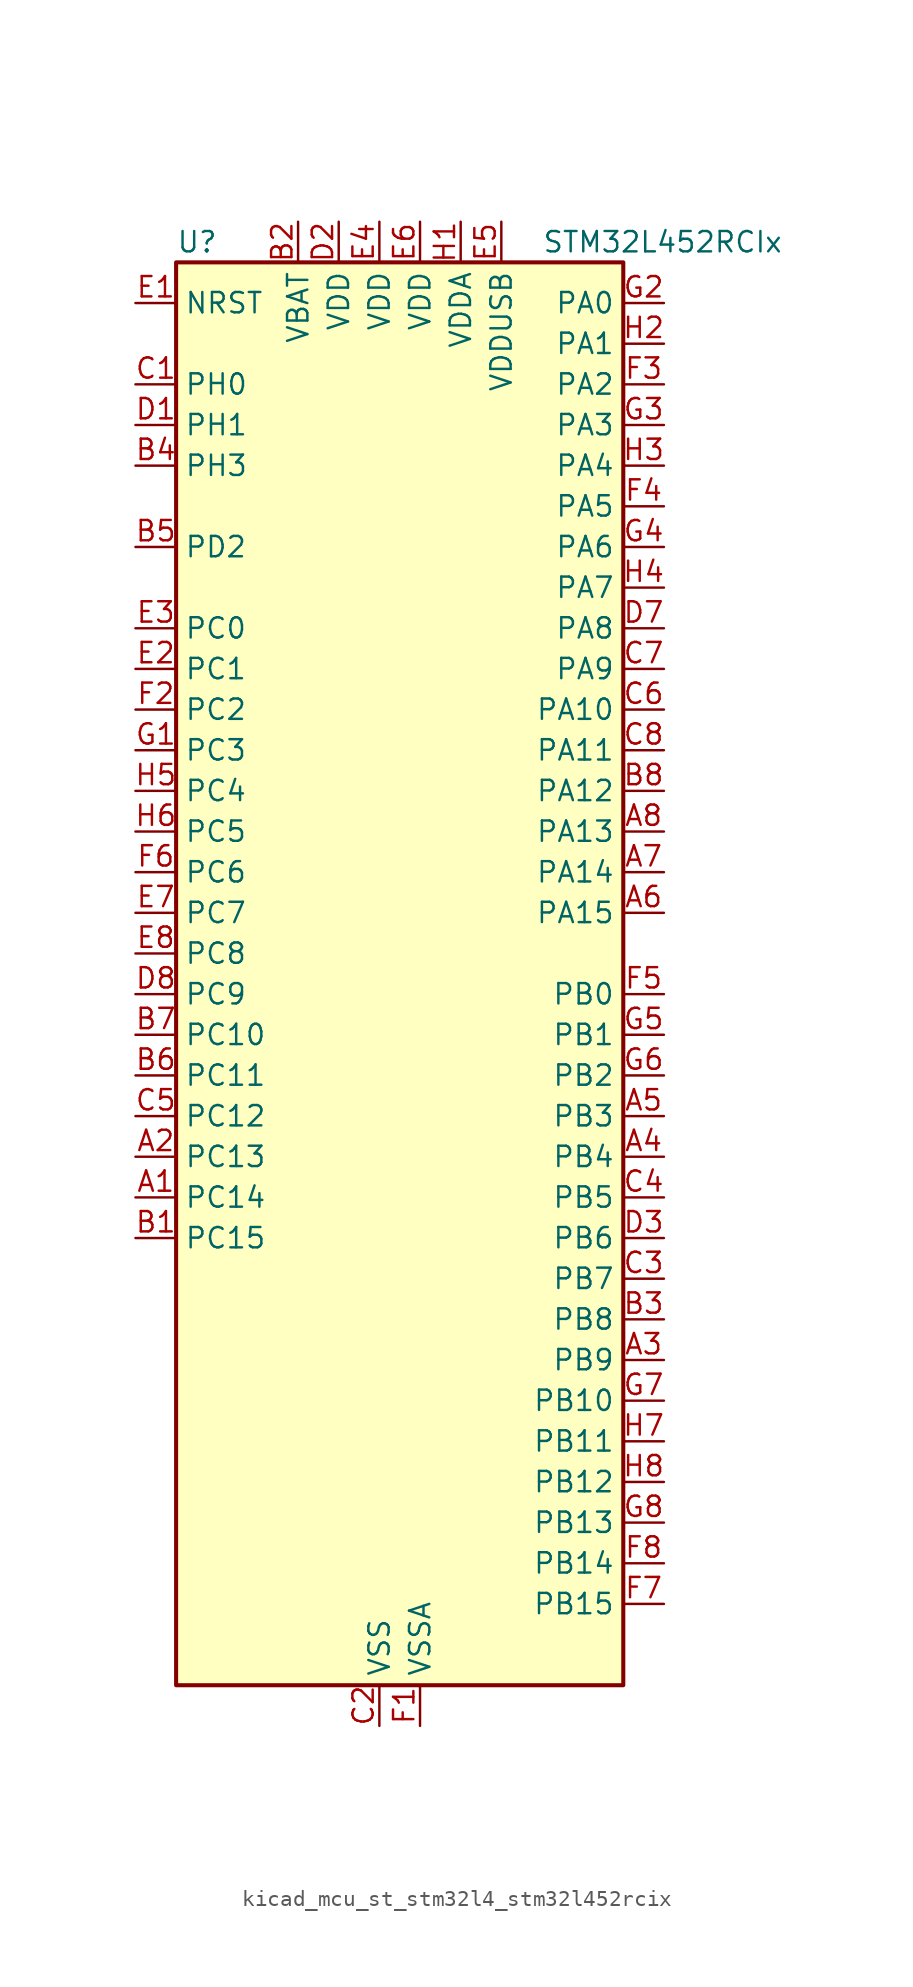
<source format=kicad_sym>
(kicad_symbol_lib
  (version 20220914)
  (generator kicad_symbol_editor)
  (symbol "kicad_mcu_st_stm32l4_stm32l452rcix"
    (property "Reference" "U"
      (at -12.7 46.99 0)
      (effects (font (size 1.27 1.27)) (justify left)))
    (property "Value" "STM32L452RCIx"
      (at 10.16 46.99 0)
      (effects (font (size 1.27 1.27)) (justify left)))
    (property "ki_locked" ""
      (at 0 0 0)
      (effects (font (size 1.27 1.27))))
    (symbol "kicad_mcu_st_stm32l4_stm32l452rcix_0_1"
      (rectangle (start -12.7 -43.18) (end 15.24 45.72) (stroke (width 0.254) (type default)) (fill (type background))))
    (symbol "kicad_mcu_st_stm32l4_stm32l452rcix_1_1"
      (pin bidirectional line (at -15.24 -12.7 0) (length 2.54) (name "PC14" (effects (font (size 1.27 1.27)))) (number "A1" (effects (font (size 1.27 1.27)))) (alternate "RCC_OSC32_IN" bidirectional line))
      (pin bidirectional line (at -15.24 -10.16 0) (length 2.54) (name "PC13" (effects (font (size 1.27 1.27)))) (number "A2" (effects (font (size 1.27 1.27)))) (alternate "RTC_OUT_ALARM" bidirectional line) (alternate "RTC_OUT_CALIB" bidirectional line) (alternate "RTC_TAMP1" bidirectional line) (alternate "RTC_TS" bidirectional line) (alternate "SYS_WKUP2" bidirectional line))
      (pin bidirectional line (at 17.78 -22.86 180) (length 2.54) (name "PB9" (effects (font (size 1.27 1.27)))) (number "A3" (effects (font (size 1.27 1.27)))) (alternate "CAN1_TX" bidirectional line) (alternate "DAC1_EXTI9" bidirectional line) (alternate "I2C1_SDA" bidirectional line) (alternate "IR_OUT" bidirectional line) (alternate "SAI1_FS_A" bidirectional line) (alternate "SDMMC1_D5" bidirectional line) (alternate "SPI2_NSS" bidirectional line))
      (pin bidirectional line (at 17.78 -10.16 180) (length 2.54) (name "PB4" (effects (font (size 1.27 1.27)))) (number "A4" (effects (font (size 1.27 1.27)))) (alternate "COMP2_INP" bidirectional line) (alternate "I2C3_SDA" bidirectional line) (alternate "SAI1_MCLK_B" bidirectional line) (alternate "SPI1_MISO" bidirectional line) (alternate "SPI3_MISO" bidirectional line) (alternate "SYS_JTRST" bidirectional line) (alternate "TIM3_CH1" bidirectional line) (alternate "TSC_G2_IO1" bidirectional line) (alternate "USART1_CTS" bidirectional line))
      (pin bidirectional line (at 17.78 -7.62 180) (length 2.54) (name "PB3" (effects (font (size 1.27 1.27)))) (number "A5" (effects (font (size 1.27 1.27)))) (alternate "COMP2_INM" bidirectional line) (alternate "SAI1_SCK_B" bidirectional line) (alternate "SPI1_SCK" bidirectional line) (alternate "SPI3_SCK" bidirectional line) (alternate "SYS_JTDO-SWO" bidirectional line) (alternate "TIM2_CH2" bidirectional line) (alternate "USART1_DE" bidirectional line) (alternate "USART1_RTS" bidirectional line))
      (pin bidirectional line (at 17.78 5.08 180) (length 2.54) (name "PA15" (effects (font (size 1.27 1.27)))) (number "A6" (effects (font (size 1.27 1.27)))) (alternate "ADC1_EXTI15" bidirectional line) (alternate "SPI1_NSS" bidirectional line) (alternate "SPI3_NSS" bidirectional line) (alternate "SYS_JTDI" bidirectional line) (alternate "TIM2_CH1" bidirectional line) (alternate "TIM2_ETR" bidirectional line) (alternate "TSC_G3_IO1" bidirectional line) (alternate "UART4_DE" bidirectional line) (alternate "UART4_RTS" bidirectional line) (alternate "USART2_RX" bidirectional line) (alternate "USART3_DE" bidirectional line) (alternate "USART3_RTS" bidirectional line))
      (pin bidirectional line (at 17.78 7.62 180) (length 2.54) (name "PA14" (effects (font (size 1.27 1.27)))) (number "A7" (effects (font (size 1.27 1.27)))) (alternate "I2C1_SMBA" bidirectional line) (alternate "I2C4_SMBA" bidirectional line) (alternate "LPTIM1_OUT" bidirectional line) (alternate "SAI1_FS_B" bidirectional line) (alternate "SYS_JTCK-SWCLK" bidirectional line))
      (pin bidirectional line (at 17.78 10.16 180) (length 2.54) (name "PA13" (effects (font (size 1.27 1.27)))) (number "A8" (effects (font (size 1.27 1.27)))) (alternate "IR_OUT" bidirectional line) (alternate "SAI1_SD_B" bidirectional line) (alternate "SYS_JTMS-SWDIO" bidirectional line) (alternate "USB_NOE" bidirectional line))
      (pin bidirectional line (at -15.24 -15.24 0) (length 2.54) (name "PC15" (effects (font (size 1.27 1.27)))) (number "B1" (effects (font (size 1.27 1.27)))) (alternate "ADC1_EXTI15" bidirectional line) (alternate "RCC_OSC32_OUT" bidirectional line))
      (pin power_in line (at -5.08 48.26 270) (length 2.54) (name "VBAT" (effects (font (size 1.27 1.27)))) (number "B2" (effects (font (size 1.27 1.27)))))
      (pin bidirectional line (at 17.78 -20.32 180) (length 2.54) (name "PB8" (effects (font (size 1.27 1.27)))) (number "B3" (effects (font (size 1.27 1.27)))) (alternate "CAN1_RX" bidirectional line) (alternate "I2C1_SCL" bidirectional line) (alternate "SAI1_MCLK_A" bidirectional line) (alternate "SDMMC1_D4" bidirectional line) (alternate "TIM16_CH1" bidirectional line))
      (pin bidirectional line (at -15.24 33.02 0) (length 2.54) (name "PH3" (effects (font (size 1.27 1.27)))) (number "B4" (effects (font (size 1.27 1.27)))))
      (pin bidirectional line (at -15.24 27.94 0) (length 2.54) (name "PD2" (effects (font (size 1.27 1.27)))) (number "B5" (effects (font (size 1.27 1.27)))) (alternate "SDMMC1_CMD" bidirectional line) (alternate "SYS_TRACED2" bidirectional line) (alternate "TIM3_ETR" bidirectional line) (alternate "TSC_SYNC" bidirectional line) (alternate "USART3_DE" bidirectional line) (alternate "USART3_RTS" bidirectional line))
      (pin bidirectional line (at -15.24 -5.08 0) (length 2.54) (name "PC11" (effects (font (size 1.27 1.27)))) (number "B6" (effects (font (size 1.27 1.27)))) (alternate "ADC1_EXTI11" bidirectional line) (alternate "SDMMC1_D3" bidirectional line) (alternate "SPI3_MISO" bidirectional line) (alternate "TSC_G3_IO3" bidirectional line) (alternate "UART4_RX" bidirectional line) (alternate "USART3_RX" bidirectional line))
      (pin bidirectional line (at -15.24 -2.54 0) (length 2.54) (name "PC10" (effects (font (size 1.27 1.27)))) (number "B7" (effects (font (size 1.27 1.27)))) (alternate "SDMMC1_D2" bidirectional line) (alternate "SPI3_SCK" bidirectional line) (alternate "SYS_TRACED1" bidirectional line) (alternate "TSC_G3_IO2" bidirectional line) (alternate "UART4_TX" bidirectional line) (alternate "USART3_TX" bidirectional line))
      (pin bidirectional line (at 17.78 12.7 180) (length 2.54) (name "PA12" (effects (font (size 1.27 1.27)))) (number "B8" (effects (font (size 1.27 1.27)))) (alternate "CAN1_TX" bidirectional line) (alternate "SPI1_MOSI" bidirectional line) (alternate "TIM1_ETR" bidirectional line) (alternate "USART1_DE" bidirectional line) (alternate "USART1_RTS" bidirectional line) (alternate "USB_DP" bidirectional line))
      (pin bidirectional line (at -15.24 38.1 0) (length 2.54) (name "PH0" (effects (font (size 1.27 1.27)))) (number "C1" (effects (font (size 1.27 1.27)))) (alternate "RCC_OSC_IN" bidirectional line))
      (pin power_in line (at 0 -45.72 90) (length 2.54) (name "VSS" (effects (font (size 1.27 1.27)))) (number "C2" (effects (font (size 1.27 1.27)))))
      (pin bidirectional line (at 17.78 -17.78 180) (length 2.54) (name "PB7" (effects (font (size 1.27 1.27)))) (number "C3" (effects (font (size 1.27 1.27)))) (alternate "COMP2_INM" bidirectional line) (alternate "I2C1_SDA" bidirectional line) (alternate "I2C4_SDA" bidirectional line) (alternate "LPTIM1_IN2" bidirectional line) (alternate "SYS_PVD_IN" bidirectional line) (alternate "TSC_G2_IO4" bidirectional line) (alternate "UART4_CTS" bidirectional line) (alternate "USART1_RX" bidirectional line))
      (pin bidirectional line (at 17.78 -12.7 180) (length 2.54) (name "PB5" (effects (font (size 1.27 1.27)))) (number "C4" (effects (font (size 1.27 1.27)))) (alternate "CAN1_RX" bidirectional line) (alternate "COMP2_OUT" bidirectional line) (alternate "I2C1_SMBA" bidirectional line) (alternate "LPTIM1_IN1" bidirectional line) (alternate "SAI1_SD_B" bidirectional line) (alternate "SPI1_MOSI" bidirectional line) (alternate "SPI3_MOSI" bidirectional line) (alternate "TIM16_BKIN" bidirectional line) (alternate "TIM3_CH2" bidirectional line) (alternate "TSC_G2_IO2" bidirectional line) (alternate "USART1_CK" bidirectional line))
      (pin bidirectional line (at -15.24 -7.62 0) (length 2.54) (name "PC12" (effects (font (size 1.27 1.27)))) (number "C5" (effects (font (size 1.27 1.27)))) (alternate "SDMMC1_CK" bidirectional line) (alternate "SPI3_MOSI" bidirectional line) (alternate "SYS_TRACED3" bidirectional line) (alternate "TSC_G3_IO4" bidirectional line) (alternate "USART3_CK" bidirectional line))
      (pin bidirectional line (at 17.78 17.78 180) (length 2.54) (name "PA10" (effects (font (size 1.27 1.27)))) (number "C6" (effects (font (size 1.27 1.27)))) (alternate "CRS_SYNC" bidirectional line) (alternate "I2C1_SDA" bidirectional line) (alternate "SAI1_SD_A" bidirectional line) (alternate "TIM1_CH3" bidirectional line) (alternate "USART1_RX" bidirectional line))
      (pin bidirectional line (at 17.78 20.32 180) (length 2.54) (name "PA9" (effects (font (size 1.27 1.27)))) (number "C7" (effects (font (size 1.27 1.27)))) (alternate "DAC1_EXTI9" bidirectional line) (alternate "DFSDM1_DATIN1" bidirectional line) (alternate "I2C1_SCL" bidirectional line) (alternate "SAI1_FS_A" bidirectional line) (alternate "TIM15_BKIN" bidirectional line) (alternate "TIM1_CH2" bidirectional line) (alternate "USART1_TX" bidirectional line))
      (pin bidirectional line (at 17.78 15.24 180) (length 2.54) (name "PA11" (effects (font (size 1.27 1.27)))) (number "C8" (effects (font (size 1.27 1.27)))) (alternate "ADC1_EXTI11" bidirectional line) (alternate "CAN1_RX" bidirectional line) (alternate "COMP1_OUT" bidirectional line) (alternate "SPI1_MISO" bidirectional line) (alternate "TIM1_BKIN2" bidirectional line) (alternate "TIM1_BKIN2_COMP1" bidirectional line) (alternate "TIM1_CH4" bidirectional line) (alternate "USART1_CTS" bidirectional line) (alternate "USB_DM" bidirectional line))
      (pin bidirectional line (at -15.24 35.56 0) (length 2.54) (name "PH1" (effects (font (size 1.27 1.27)))) (number "D1" (effects (font (size 1.27 1.27)))) (alternate "RCC_OSC_OUT" bidirectional line))
      (pin power_in line (at -2.54 48.26 270) (length 2.54) (name "VDD" (effects (font (size 1.27 1.27)))) (number "D2" (effects (font (size 1.27 1.27)))))
      (pin bidirectional line (at 17.78 -15.24 180) (length 2.54) (name "PB6" (effects (font (size 1.27 1.27)))) (number "D3" (effects (font (size 1.27 1.27)))) (alternate "CAN1_TX" bidirectional line) (alternate "COMP2_INP" bidirectional line) (alternate "I2C1_SCL" bidirectional line) (alternate "I2C4_SCL" bidirectional line) (alternate "LPTIM1_ETR" bidirectional line) (alternate "SAI1_FS_B" bidirectional line) (alternate "TIM16_CH1N" bidirectional line) (alternate "TSC_G2_IO3" bidirectional line) (alternate "USART1_TX" bidirectional line))
      (pin passive line (at 0 -45.72 90) (length 2.54) hide (name "VSS" (effects (font (size 1.27 1.27)))) (number "D4" (effects (font (size 1.27 1.27)))))
      (pin passive line (at 0 -45.72 90) (length 2.54) hide (name "VSS" (effects (font (size 1.27 1.27)))) (number "D5" (effects (font (size 1.27 1.27)))))
      (pin passive line (at 0 -45.72 90) (length 2.54) hide (name "VSS" (effects (font (size 1.27 1.27)))) (number "D6" (effects (font (size 1.27 1.27)))))
      (pin bidirectional line (at 17.78 22.86 180) (length 2.54) (name "PA8" (effects (font (size 1.27 1.27)))) (number "D7" (effects (font (size 1.27 1.27)))) (alternate "DFSDM1_CKIN1" bidirectional line) (alternate "LPTIM2_OUT" bidirectional line) (alternate "RCC_MCO" bidirectional line) (alternate "SAI1_SCK_A" bidirectional line) (alternate "TIM1_CH1" bidirectional line) (alternate "USART1_CK" bidirectional line))
      (pin bidirectional line (at -15.24 0 0) (length 2.54) (name "PC9" (effects (font (size 1.27 1.27)))) (number "D8" (effects (font (size 1.27 1.27)))) (alternate "DAC1_EXTI9" bidirectional line) (alternate "SDMMC1_D1" bidirectional line) (alternate "TIM3_CH4" bidirectional line) (alternate "TSC_G4_IO4" bidirectional line) (alternate "USB_NOE" bidirectional line))
      (pin input line (at -15.24 43.18 0) (length 2.54) (name "NRST" (effects (font (size 1.27 1.27)))) (number "E1" (effects (font (size 1.27 1.27)))))
      (pin bidirectional line (at -15.24 20.32 0) (length 2.54) (name "PC1" (effects (font (size 1.27 1.27)))) (number "E2" (effects (font (size 1.27 1.27)))) (alternate "ADC1_IN2" bidirectional line) (alternate "I2C3_SDA" bidirectional line) (alternate "I2C4_SDA" bidirectional line) (alternate "LPTIM1_OUT" bidirectional line) (alternate "LPUART1_TX" bidirectional line) (alternate "SYS_TRACED0" bidirectional line))
      (pin bidirectional line (at -15.24 22.86 0) (length 2.54) (name "PC0" (effects (font (size 1.27 1.27)))) (number "E3" (effects (font (size 1.27 1.27)))) (alternate "ADC1_IN1" bidirectional line) (alternate "I2C3_SCL" bidirectional line) (alternate "I2C4_SCL" bidirectional line) (alternate "LPTIM1_IN1" bidirectional line) (alternate "LPTIM2_IN1" bidirectional line) (alternate "LPUART1_RX" bidirectional line))
      (pin power_in line (at 0 48.26 270) (length 2.54) (name "VDD" (effects (font (size 1.27 1.27)))) (number "E4" (effects (font (size 1.27 1.27)))))
      (pin power_in line (at 7.62 48.26 270) (length 2.54) (name "VDDUSB" (effects (font (size 1.27 1.27)))) (number "E5" (effects (font (size 1.27 1.27)))))
      (pin power_in line (at 2.54 48.26 270) (length 2.54) (name "VDD" (effects (font (size 1.27 1.27)))) (number "E6" (effects (font (size 1.27 1.27)))))
      (pin bidirectional line (at -15.24 5.08 0) (length 2.54) (name "PC7" (effects (font (size 1.27 1.27)))) (number "E7" (effects (font (size 1.27 1.27)))) (alternate "DFSDM1_DATIN3" bidirectional line) (alternate "SDMMC1_D7" bidirectional line) (alternate "TIM3_CH2" bidirectional line) (alternate "TSC_G4_IO2" bidirectional line))
      (pin bidirectional line (at -15.24 2.54 0) (length 2.54) (name "PC8" (effects (font (size 1.27 1.27)))) (number "E8" (effects (font (size 1.27 1.27)))) (alternate "SDMMC1_D0" bidirectional line) (alternate "TIM3_CH3" bidirectional line) (alternate "TSC_G4_IO3" bidirectional line))
      (pin power_in line (at 2.54 -45.72 90) (length 2.54) (name "VSSA" (effects (font (size 1.27 1.27)))) (number "F1" (effects (font (size 1.27 1.27)))))
      (pin bidirectional line (at -15.24 17.78 0) (length 2.54) (name "PC2" (effects (font (size 1.27 1.27)))) (number "F2" (effects (font (size 1.27 1.27)))) (alternate "ADC1_IN3" bidirectional line) (alternate "DFSDM1_CKOUT" bidirectional line) (alternate "LPTIM1_IN2" bidirectional line) (alternate "SPI2_MISO" bidirectional line))
      (pin bidirectional line (at 17.78 38.1 180) (length 2.54) (name "PA2" (effects (font (size 1.27 1.27)))) (number "F3" (effects (font (size 1.27 1.27)))) (alternate "ADC1_IN7" bidirectional line) (alternate "COMP2_INM" bidirectional line) (alternate "COMP2_OUT" bidirectional line) (alternate "LPUART1_TX" bidirectional line) (alternate "QUADSPI_BK1_NCS" bidirectional line) (alternate "RCC_LSCO" bidirectional line) (alternate "SYS_WKUP4" bidirectional line) (alternate "TIM15_CH1" bidirectional line) (alternate "TIM2_CH3" bidirectional line) (alternate "USART2_TX" bidirectional line))
      (pin bidirectional line (at 17.78 30.48 180) (length 2.54) (name "PA5" (effects (font (size 1.27 1.27)))) (number "F4" (effects (font (size 1.27 1.27)))) (alternate "ADC1_IN10" bidirectional line) (alternate "COMP1_INM" bidirectional line) (alternate "COMP2_INM" bidirectional line) (alternate "DFSDM1_CKOUT" bidirectional line) (alternate "LPTIM2_ETR" bidirectional line) (alternate "SPI1_SCK" bidirectional line) (alternate "TIM2_CH1" bidirectional line) (alternate "TIM2_ETR" bidirectional line))
      (pin bidirectional line (at 17.78 0 180) (length 2.54) (name "PB0" (effects (font (size 1.27 1.27)))) (number "F5" (effects (font (size 1.27 1.27)))) (alternate "ADC1_IN15" bidirectional line) (alternate "COMP1_OUT" bidirectional line) (alternate "DFSDM1_CKIN0" bidirectional line) (alternate "QUADSPI_BK1_IO1" bidirectional line) (alternate "SAI1_EXTCLK" bidirectional line) (alternate "SPI1_NSS" bidirectional line) (alternate "TIM1_CH2N" bidirectional line) (alternate "TIM3_CH3" bidirectional line) (alternate "USART3_CK" bidirectional line))
      (pin bidirectional line (at -15.24 7.62 0) (length 2.54) (name "PC6" (effects (font (size 1.27 1.27)))) (number "F6" (effects (font (size 1.27 1.27)))) (alternate "DFSDM1_CKIN3" bidirectional line) (alternate "SDMMC1_D6" bidirectional line) (alternate "TIM3_CH1" bidirectional line) (alternate "TSC_G4_IO1" bidirectional line))
      (pin bidirectional line (at 17.78 -38.1 180) (length 2.54) (name "PB15" (effects (font (size 1.27 1.27)))) (number "F7" (effects (font (size 1.27 1.27)))) (alternate "ADC1_EXTI15" bidirectional line) (alternate "DFSDM1_CKIN2" bidirectional line) (alternate "RTC_REFIN" bidirectional line) (alternate "SAI1_SD_A" bidirectional line) (alternate "SPI2_MOSI" bidirectional line) (alternate "TIM15_CH2" bidirectional line) (alternate "TIM1_CH3N" bidirectional line) (alternate "TSC_G1_IO4" bidirectional line))
      (pin bidirectional line (at 17.78 -35.56 180) (length 2.54) (name "PB14" (effects (font (size 1.27 1.27)))) (number "F8" (effects (font (size 1.27 1.27)))) (alternate "DFSDM1_DATIN2" bidirectional line) (alternate "I2C2_SDA" bidirectional line) (alternate "SAI1_MCLK_A" bidirectional line) (alternate "SPI2_MISO" bidirectional line) (alternate "TIM15_CH1" bidirectional line) (alternate "TIM1_CH2N" bidirectional line) (alternate "TSC_G1_IO3" bidirectional line) (alternate "USART3_DE" bidirectional line) (alternate "USART3_RTS" bidirectional line))
      (pin bidirectional line (at -15.24 15.24 0) (length 2.54) (name "PC3" (effects (font (size 1.27 1.27)))) (number "G1" (effects (font (size 1.27 1.27)))) (alternate "ADC1_IN4" bidirectional line) (alternate "LPTIM1_ETR" bidirectional line) (alternate "LPTIM2_ETR" bidirectional line) (alternate "SAI1_SD_A" bidirectional line) (alternate "SPI2_MOSI" bidirectional line))
      (pin bidirectional line (at 17.78 43.18 180) (length 2.54) (name "PA0" (effects (font (size 1.27 1.27)))) (number "G2" (effects (font (size 1.27 1.27)))) (alternate "ADC1_IN5" bidirectional line) (alternate "COMP1_INM" bidirectional line) (alternate "COMP1_OUT" bidirectional line) (alternate "OPAMP1_VINP" bidirectional line) (alternate "RTC_TAMP2" bidirectional line) (alternate "SAI1_EXTCLK" bidirectional line) (alternate "SYS_WKUP1" bidirectional line) (alternate "TIM2_CH1" bidirectional line) (alternate "TIM2_ETR" bidirectional line) (alternate "UART4_TX" bidirectional line) (alternate "USART2_CTS" bidirectional line))
      (pin bidirectional line (at 17.78 35.56 180) (length 2.54) (name "PA3" (effects (font (size 1.27 1.27)))) (number "G3" (effects (font (size 1.27 1.27)))) (alternate "ADC1_IN8" bidirectional line) (alternate "COMP2_INP" bidirectional line) (alternate "LPUART1_RX" bidirectional line) (alternate "OPAMP1_VOUT" bidirectional line) (alternate "QUADSPI_CLK" bidirectional line) (alternate "SAI1_MCLK_A" bidirectional line) (alternate "TIM15_CH2" bidirectional line) (alternate "TIM2_CH4" bidirectional line) (alternate "USART2_RX" bidirectional line))
      (pin bidirectional line (at 17.78 27.94 180) (length 2.54) (name "PA6" (effects (font (size 1.27 1.27)))) (number "G4" (effects (font (size 1.27 1.27)))) (alternate "ADC1_IN11" bidirectional line) (alternate "COMP1_OUT" bidirectional line) (alternate "LPUART1_CTS" bidirectional line) (alternate "QUADSPI_BK1_IO3" bidirectional line) (alternate "SPI1_MISO" bidirectional line) (alternate "TIM16_CH1" bidirectional line) (alternate "TIM1_BKIN" bidirectional line) (alternate "TIM1_BKIN_COMP2" bidirectional line) (alternate "TIM3_CH1" bidirectional line) (alternate "USART3_CTS" bidirectional line))
      (pin bidirectional line (at 17.78 -2.54 180) (length 2.54) (name "PB1" (effects (font (size 1.27 1.27)))) (number "G5" (effects (font (size 1.27 1.27)))) (alternate "ADC1_IN16" bidirectional line) (alternate "COMP1_INM" bidirectional line) (alternate "DFSDM1_DATIN0" bidirectional line) (alternate "LPTIM2_IN1" bidirectional line) (alternate "LPUART1_DE" bidirectional line) (alternate "LPUART1_RTS" bidirectional line) (alternate "QUADSPI_BK1_IO0" bidirectional line) (alternate "TIM1_CH3N" bidirectional line) (alternate "TIM3_CH4" bidirectional line) (alternate "USART3_DE" bidirectional line) (alternate "USART3_RTS" bidirectional line))
      (pin bidirectional line (at 17.78 -5.08 180) (length 2.54) (name "PB2" (effects (font (size 1.27 1.27)))) (number "G6" (effects (font (size 1.27 1.27)))) (alternate "COMP1_INP" bidirectional line) (alternate "DFSDM1_CKIN0" bidirectional line) (alternate "I2C3_SMBA" bidirectional line) (alternate "LPTIM1_OUT" bidirectional line) (alternate "RTC_OUT_ALARM" bidirectional line) (alternate "RTC_OUT_CALIB" bidirectional line))
      (pin bidirectional line (at 17.78 -25.4 180) (length 2.54) (name "PB10" (effects (font (size 1.27 1.27)))) (number "G7" (effects (font (size 1.27 1.27)))) (alternate "COMP1_OUT" bidirectional line) (alternate "I2C2_SCL" bidirectional line) (alternate "I2C4_SCL" bidirectional line) (alternate "LPUART1_RX" bidirectional line) (alternate "QUADSPI_CLK" bidirectional line) (alternate "SAI1_SCK_A" bidirectional line) (alternate "SPI2_SCK" bidirectional line) (alternate "TIM2_CH3" bidirectional line) (alternate "TSC_SYNC" bidirectional line) (alternate "USART3_TX" bidirectional line))
      (pin bidirectional line (at 17.78 -33.02 180) (length 2.54) (name "PB13" (effects (font (size 1.27 1.27)))) (number "G8" (effects (font (size 1.27 1.27)))) (alternate "CAN1_TX" bidirectional line) (alternate "DFSDM1_CKIN1" bidirectional line) (alternate "I2C2_SCL" bidirectional line) (alternate "LPUART1_CTS" bidirectional line) (alternate "SAI1_SCK_A" bidirectional line) (alternate "SPI2_SCK" bidirectional line) (alternate "TIM15_CH1N" bidirectional line) (alternate "TIM1_CH1N" bidirectional line) (alternate "TSC_G1_IO2" bidirectional line) (alternate "USART3_CTS" bidirectional line))
      (pin power_in line (at 5.08 48.26 270) (length 2.54) (name "VDDA" (effects (font (size 1.27 1.27)))) (number "H1" (effects (font (size 1.27 1.27)))))
      (pin bidirectional line (at 17.78 40.64 180) (length 2.54) (name "PA1" (effects (font (size 1.27 1.27)))) (number "H2" (effects (font (size 1.27 1.27)))) (alternate "ADC1_IN6" bidirectional line) (alternate "COMP1_INP" bidirectional line) (alternate "I2C1_SMBA" bidirectional line) (alternate "OPAMP1_VINM" bidirectional line) (alternate "SPI1_SCK" bidirectional line) (alternate "TIM15_CH1N" bidirectional line) (alternate "TIM2_CH2" bidirectional line) (alternate "UART4_RX" bidirectional line) (alternate "USART2_DE" bidirectional line) (alternate "USART2_RTS" bidirectional line))
      (pin bidirectional line (at 17.78 33.02 180) (length 2.54) (name "PA4" (effects (font (size 1.27 1.27)))) (number "H3" (effects (font (size 1.27 1.27)))) (alternate "ADC1_IN9" bidirectional line) (alternate "COMP1_INM" bidirectional line) (alternate "COMP2_INM" bidirectional line) (alternate "DAC1_OUT1" bidirectional line) (alternate "LPTIM2_OUT" bidirectional line) (alternate "SAI1_FS_B" bidirectional line) (alternate "SPI1_NSS" bidirectional line) (alternate "SPI3_NSS" bidirectional line) (alternate "USART2_CK" bidirectional line))
      (pin bidirectional line (at 17.78 25.4 180) (length 2.54) (name "PA7" (effects (font (size 1.27 1.27)))) (number "H4" (effects (font (size 1.27 1.27)))) (alternate "ADC1_IN12" bidirectional line) (alternate "COMP2_OUT" bidirectional line) (alternate "DFSDM1_DATIN0" bidirectional line) (alternate "I2C3_SCL" bidirectional line) (alternate "QUADSPI_BK1_IO2" bidirectional line) (alternate "SPI1_MOSI" bidirectional line) (alternate "TIM1_CH1N" bidirectional line) (alternate "TIM3_CH2" bidirectional line))
      (pin bidirectional line (at -15.24 12.7 0) (length 2.54) (name "PC4" (effects (font (size 1.27 1.27)))) (number "H5" (effects (font (size 1.27 1.27)))) (alternate "ADC1_IN13" bidirectional line) (alternate "COMP1_INM" bidirectional line) (alternate "USART3_TX" bidirectional line))
      (pin bidirectional line (at -15.24 10.16 0) (length 2.54) (name "PC5" (effects (font (size 1.27 1.27)))) (number "H6" (effects (font (size 1.27 1.27)))) (alternate "ADC1_IN14" bidirectional line) (alternate "COMP1_INP" bidirectional line) (alternate "SYS_WKUP5" bidirectional line) (alternate "USART3_RX" bidirectional line))
      (pin bidirectional line (at 17.78 -27.94 180) (length 2.54) (name "PB11" (effects (font (size 1.27 1.27)))) (number "H7" (effects (font (size 1.27 1.27)))) (alternate "ADC1_EXTI11" bidirectional line) (alternate "COMP2_OUT" bidirectional line) (alternate "I2C2_SDA" bidirectional line) (alternate "I2C4_SDA" bidirectional line) (alternate "LPUART1_TX" bidirectional line) (alternate "QUADSPI_BK1_NCS" bidirectional line) (alternate "TIM2_CH4" bidirectional line) (alternate "USART3_RX" bidirectional line))
      (pin bidirectional line (at 17.78 -30.48 180) (length 2.54) (name "PB12" (effects (font (size 1.27 1.27)))) (number "H8" (effects (font (size 1.27 1.27)))) (alternate "CAN1_RX" bidirectional line) (alternate "DFSDM1_DATIN1" bidirectional line) (alternate "I2C2_SMBA" bidirectional line) (alternate "LPUART1_DE" bidirectional line) (alternate "LPUART1_RTS" bidirectional line) (alternate "SAI1_FS_A" bidirectional line) (alternate "SPI2_NSS" bidirectional line) (alternate "TIM15_BKIN" bidirectional line) (alternate "TIM1_BKIN" bidirectional line) (alternate "TIM1_BKIN_COMP2" bidirectional line) (alternate "TSC_G1_IO1" bidirectional line) (alternate "USART3_CK" bidirectional line)))))
</source>
